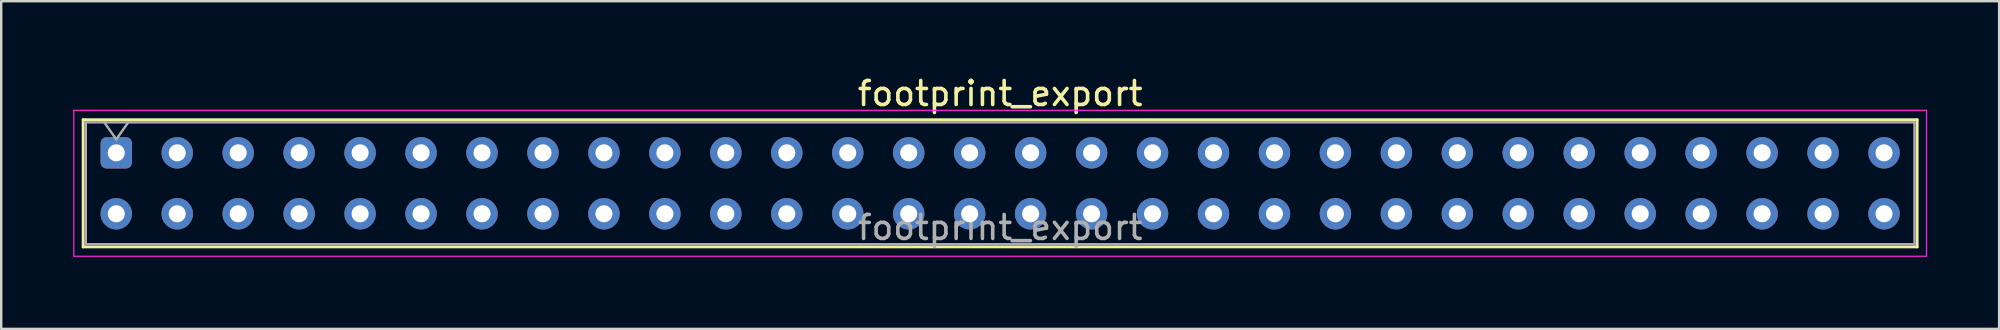
<source format=kicad_pcb>
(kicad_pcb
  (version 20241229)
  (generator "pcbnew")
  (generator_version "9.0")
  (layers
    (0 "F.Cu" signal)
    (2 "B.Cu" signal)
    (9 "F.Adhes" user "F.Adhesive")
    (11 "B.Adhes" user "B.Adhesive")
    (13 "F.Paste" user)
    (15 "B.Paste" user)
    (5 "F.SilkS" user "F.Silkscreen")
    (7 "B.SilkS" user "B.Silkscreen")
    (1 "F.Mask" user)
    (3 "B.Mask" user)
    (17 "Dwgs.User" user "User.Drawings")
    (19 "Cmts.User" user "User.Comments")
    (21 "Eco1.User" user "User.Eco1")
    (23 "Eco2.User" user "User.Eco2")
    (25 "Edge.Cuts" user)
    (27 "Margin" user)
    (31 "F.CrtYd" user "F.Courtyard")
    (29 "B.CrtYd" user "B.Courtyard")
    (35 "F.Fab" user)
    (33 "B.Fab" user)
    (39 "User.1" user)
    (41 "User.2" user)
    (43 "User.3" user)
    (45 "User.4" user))
  (footprint "footprint_export"
    (layer "F.Cu")
    (at 1.795 3.318)
    (property "Reference" "footprint_export" (at 36.83 -2.47 0) (layer "F.SilkS") (effects (font (size 1 1) (thickness 0.15))))
    (attr through_hole)
    (fp_line (start -1.38 -1.38) (end 75.04 -1.38) (stroke (width 0.12) (type solid)) (layer "F.SilkS"))
    (fp_line (start -1.38 3.92) (end -1.38 -1.38) (stroke (width 0.12) (type solid)) (layer "F.SilkS"))
    (fp_line (start 75.04 -1.38) (end 75.04 3.92) (stroke (width 0.12) (type solid)) (layer "F.SilkS"))
    (fp_line (start 75.04 3.92) (end -1.38 3.92) (stroke (width 0.12) (type solid)) (layer "F.SilkS"))
    (fp_line (start -1.77 -1.77) (end 75.43 -1.77) (stroke (width 0.05) (type solid)) (layer "F.CrtYd"))
    (fp_line (start -1.77 4.31) (end -1.77 -1.77) (stroke (width 0.05) (type solid)) (layer "F.CrtYd"))
    (fp_line (start 75.43 -1.77) (end 75.43 4.31) (stroke (width 0.05) (type solid)) (layer "F.CrtYd"))
    (fp_line (start 75.43 4.31) (end -1.77 4.31) (stroke (width 0.05) (type solid)) (layer "F.CrtYd"))
    (fp_line (start -1.27 -1.27) (end 74.93 -1.27) (stroke (width 0.1) (type solid)) (layer "F.Fab"))
    (fp_line (start -1.27 3.81) (end -1.27 -1.27) (stroke (width 0.1) (type solid)) (layer "F.Fab"))
    (fp_line (start -0.5 -1.27) (end 0 -0.563) (stroke (width 0.1) (type solid)) (layer "F.Fab"))
    (fp_line (start 0 -0.563) (end 0.5 -1.27) (stroke (width 0.1) (type solid)) (layer "F.Fab"))
    (fp_line (start 74.93 -1.27) (end 74.93 3.81) (stroke (width 0.1) (type solid)) (layer "F.Fab"))
    (fp_line (start 74.93 3.81) (end -1.27 3.81) (stroke (width 0.1) (type solid)) (layer "F.Fab"))
    (fp_text user "${REFERENCE}" (at 36.83 3.11 0) (layer "F.Fab") (effects (font (size 1 1) (thickness 0.15))))
    (pad "1" thru_hole roundrect (at 0 0) (size 1.31 1.31) (drill 0.71) (layers "*.Cu" "*.Mask") (roundrect_rratio 0.191))
    (pad "2" thru_hole circle (at 0 2.54) (size 1.31 1.31) (drill 0.71) (layers "*.Cu" "*.Mask"))
    (pad "3" thru_hole circle (at 2.54 0) (size 1.31 1.31) (drill 0.71) (layers "*.Cu" "*.Mask"))
    (pad "4" thru_hole circle (at 2.54 2.54) (size 1.31 1.31) (drill 0.71) (layers "*.Cu" "*.Mask"))
    (pad "5" thru_hole circle (at 5.08 0) (size 1.31 1.31) (drill 0.71) (layers "*.Cu" "*.Mask"))
    (pad "6" thru_hole circle (at 5.08 2.54) (size 1.31 1.31) (drill 0.71) (layers "*.Cu" "*.Mask"))
    (pad "7" thru_hole circle (at 7.62 0) (size 1.31 1.31) (drill 0.71) (layers "*.Cu" "*.Mask"))
    (pad "8" thru_hole circle (at 7.62 2.54) (size 1.31 1.31) (drill 0.71) (layers "*.Cu" "*.Mask"))
    (pad "9" thru_hole circle (at 10.16 0) (size 1.31 1.31) (drill 0.71) (layers "*.Cu" "*.Mask"))
    (pad "10" thru_hole circle (at 10.16 2.54) (size 1.31 1.31) (drill 0.71) (layers "*.Cu" "*.Mask"))
    (pad "11" thru_hole circle (at 12.7 0) (size 1.31 1.31) (drill 0.71) (layers "*.Cu" "*.Mask"))
    (pad "12" thru_hole circle (at 12.7 2.54) (size 1.31 1.31) (drill 0.71) (layers "*.Cu" "*.Mask"))
    (pad "13" thru_hole circle (at 15.24 0) (size 1.31 1.31) (drill 0.71) (layers "*.Cu" "*.Mask"))
    (pad "14" thru_hole circle (at 15.24 2.54) (size 1.31 1.31) (drill 0.71) (layers "*.Cu" "*.Mask"))
    (pad "15" thru_hole circle (at 17.78 0) (size 1.31 1.31) (drill 0.71) (layers "*.Cu" "*.Mask"))
    (pad "16" thru_hole circle (at 17.78 2.54) (size 1.31 1.31) (drill 0.71) (layers "*.Cu" "*.Mask"))
    (pad "17" thru_hole circle (at 20.32 0) (size 1.31 1.31) (drill 0.71) (layers "*.Cu" "*.Mask"))
    (pad "18" thru_hole circle (at 20.32 2.54) (size 1.31 1.31) (drill 0.71) (layers "*.Cu" "*.Mask"))
    (pad "19" thru_hole circle (at 22.86 0) (size 1.31 1.31) (drill 0.71) (layers "*.Cu" "*.Mask"))
    (pad "20" thru_hole circle (at 22.86 2.54) (size 1.31 1.31) (drill 0.71) (layers "*.Cu" "*.Mask"))
    (pad "21" thru_hole circle (at 25.4 0) (size 1.31 1.31) (drill 0.71) (layers "*.Cu" "*.Mask"))
    (pad "22" thru_hole circle (at 25.4 2.54) (size 1.31 1.31) (drill 0.71) (layers "*.Cu" "*.Mask"))
    (pad "23" thru_hole circle (at 27.94 0) (size 1.31 1.31) (drill 0.71) (layers "*.Cu" "*.Mask"))
    (pad "24" thru_hole circle (at 27.94 2.54) (size 1.31 1.31) (drill 0.71) (layers "*.Cu" "*.Mask"))
    (pad "25" thru_hole circle (at 30.48 0) (size 1.31 1.31) (drill 0.71) (layers "*.Cu" "*.Mask"))
    (pad "26" thru_hole circle (at 30.48 2.54) (size 1.31 1.31) (drill 0.71) (layers "*.Cu" "*.Mask"))
    (pad "27" thru_hole circle (at 33.02 0) (size 1.31 1.31) (drill 0.71) (layers "*.Cu" "*.Mask"))
    (pad "28" thru_hole circle (at 33.02 2.54) (size 1.31 1.31) (drill 0.71) (layers "*.Cu" "*.Mask"))
    (pad "29" thru_hole circle (at 35.56 0) (size 1.31 1.31) (drill 0.71) (layers "*.Cu" "*.Mask"))
    (pad "30" thru_hole circle (at 35.56 2.54) (size 1.31 1.31) (drill 0.71) (layers "*.Cu" "*.Mask"))
    (pad "31" thru_hole circle (at 38.1 0) (size 1.31 1.31) (drill 0.71) (layers "*.Cu" "*.Mask"))
    (pad "32" thru_hole circle (at 38.1 2.54) (size 1.31 1.31) (drill 0.71) (layers "*.Cu" "*.Mask"))
    (pad "33" thru_hole circle (at 40.64 0) (size 1.31 1.31) (drill 0.71) (layers "*.Cu" "*.Mask"))
    (pad "34" thru_hole circle (at 40.64 2.54) (size 1.31 1.31) (drill 0.71) (layers "*.Cu" "*.Mask"))
    (pad "35" thru_hole circle (at 43.18 0) (size 1.31 1.31) (drill 0.71) (layers "*.Cu" "*.Mask"))
    (pad "36" thru_hole circle (at 43.18 2.54) (size 1.31 1.31) (drill 0.71) (layers "*.Cu" "*.Mask"))
    (pad "37" thru_hole circle (at 45.72 0) (size 1.31 1.31) (drill 0.71) (layers "*.Cu" "*.Mask"))
    (pad "38" thru_hole circle (at 45.72 2.54) (size 1.31 1.31) (drill 0.71) (layers "*.Cu" "*.Mask"))
    (pad "39" thru_hole circle (at 48.26 0) (size 1.31 1.31) (drill 0.71) (layers "*.Cu" "*.Mask"))
    (pad "40" thru_hole circle (at 48.26 2.54) (size 1.31 1.31) (drill 0.71) (layers "*.Cu" "*.Mask"))
    (pad "41" thru_hole circle (at 50.8 0) (size 1.31 1.31) (drill 0.71) (layers "*.Cu" "*.Mask"))
    (pad "42" thru_hole circle (at 50.8 2.54) (size 1.31 1.31) (drill 0.71) (layers "*.Cu" "*.Mask"))
    (pad "43" thru_hole circle (at 53.34 0) (size 1.31 1.31) (drill 0.71) (layers "*.Cu" "*.Mask"))
    (pad "44" thru_hole circle (at 53.34 2.54) (size 1.31 1.31) (drill 0.71) (layers "*.Cu" "*.Mask"))
    (pad "45" thru_hole circle (at 55.88 0) (size 1.31 1.31) (drill 0.71) (layers "*.Cu" "*.Mask"))
    (pad "46" thru_hole circle (at 55.88 2.54) (size 1.31 1.31) (drill 0.71) (layers "*.Cu" "*.Mask"))
    (pad "47" thru_hole circle (at 58.42 0) (size 1.31 1.31) (drill 0.71) (layers "*.Cu" "*.Mask"))
    (pad "48" thru_hole circle (at 58.42 2.54) (size 1.31 1.31) (drill 0.71) (layers "*.Cu" "*.Mask"))
    (pad "49" thru_hole circle (at 60.96 0) (size 1.31 1.31) (drill 0.71) (layers "*.Cu" "*.Mask"))
    (pad "50" thru_hole circle (at 60.96 2.54) (size 1.31 1.31) (drill 0.71) (layers "*.Cu" "*.Mask"))
    (pad "51" thru_hole circle (at 63.5 0) (size 1.31 1.31) (drill 0.71) (layers "*.Cu" "*.Mask"))
    (pad "52" thru_hole circle (at 63.5 2.54) (size 1.31 1.31) (drill 0.71) (layers "*.Cu" "*.Mask"))
    (pad "53" thru_hole circle (at 66.04 0) (size 1.31 1.31) (drill 0.71) (layers "*.Cu" "*.Mask"))
    (pad "54" thru_hole circle (at 66.04 2.54) (size 1.31 1.31) (drill 0.71) (layers "*.Cu" "*.Mask"))
    (pad "55" thru_hole circle (at 68.58 0) (size 1.31 1.31) (drill 0.71) (layers "*.Cu" "*.Mask"))
    (pad "56" thru_hole circle (at 68.58 2.54) (size 1.31 1.31) (drill 0.71) (layers "*.Cu" "*.Mask"))
    (pad "57" thru_hole circle (at 71.12 0) (size 1.31 1.31) (drill 0.71) (layers "*.Cu" "*.Mask"))
    (pad "58" thru_hole circle (at 71.12 2.54) (size 1.31 1.31) (drill 0.71) (layers "*.Cu" "*.Mask"))
    (pad "59" thru_hole circle (at 73.66 0) (size 1.31 1.31) (drill 0.71) (layers "*.Cu" "*.Mask"))
    (pad "60" thru_hole circle (at 73.66 2.54) (size 1.31 1.31) (drill 0.71) (layers "*.Cu" "*.Mask")))
  (gr_rect
    (start -3 -3)
    (end 80.25 10.653)
    (stroke (width 0.1) (type default))
    (fill no)
    (layer "Edge.Cuts")))
</source>
